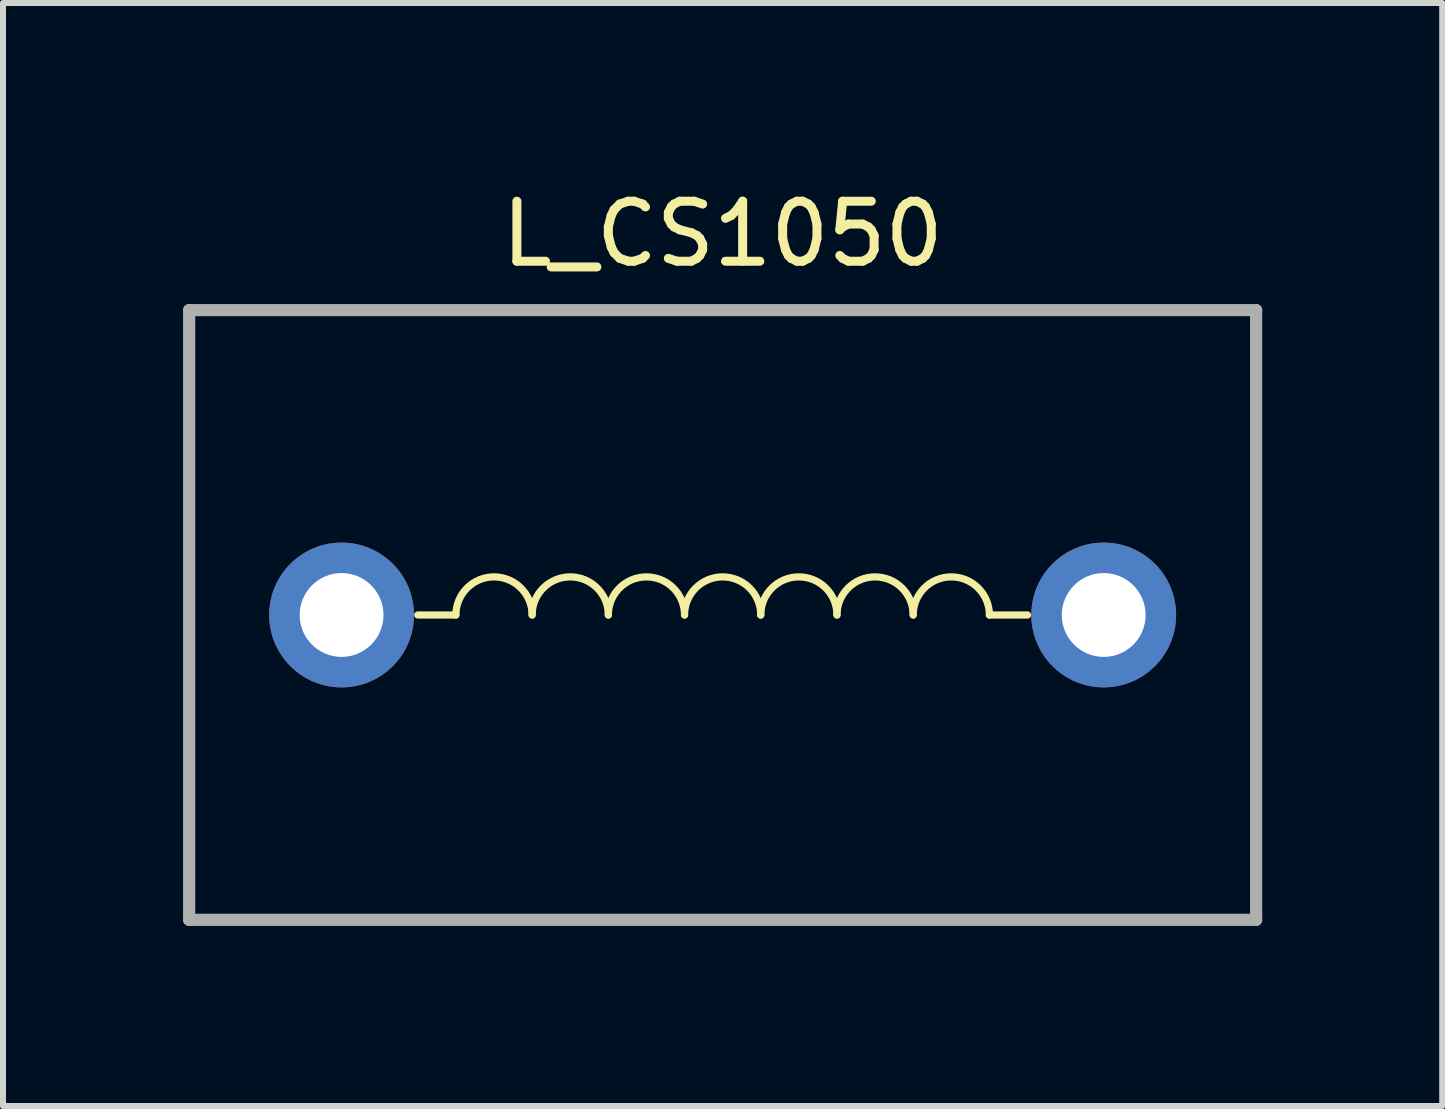
<source format=kicad_pcb>
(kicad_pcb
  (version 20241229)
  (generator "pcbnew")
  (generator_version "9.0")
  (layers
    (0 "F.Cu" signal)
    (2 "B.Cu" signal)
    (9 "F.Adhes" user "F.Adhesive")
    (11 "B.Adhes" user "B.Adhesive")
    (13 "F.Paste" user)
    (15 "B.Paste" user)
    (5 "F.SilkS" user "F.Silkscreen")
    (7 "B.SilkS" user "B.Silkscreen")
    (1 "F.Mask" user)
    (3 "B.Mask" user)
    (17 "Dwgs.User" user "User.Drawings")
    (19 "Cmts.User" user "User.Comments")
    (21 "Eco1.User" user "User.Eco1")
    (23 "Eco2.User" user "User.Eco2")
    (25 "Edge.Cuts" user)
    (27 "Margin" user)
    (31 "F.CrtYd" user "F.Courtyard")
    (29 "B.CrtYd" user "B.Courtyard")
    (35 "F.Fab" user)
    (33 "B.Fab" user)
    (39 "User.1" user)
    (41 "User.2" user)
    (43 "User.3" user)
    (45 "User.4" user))
  (footprint "L_CS1050"
    (layer "F.Cu")
    (at 8.992 7.198)
    (property "Reference" "L_CS1050" (at 0 -6.35 0) (layer "F.SilkS") (effects (font (size 1 1) (thickness 0.15))))
    (attr through_hole)
    (fp_line (start -5.08 0) (end -4.445 0) (stroke (width 0.12) (type solid)) (layer "F.SilkS"))
    (fp_line (start 4.445 0) (end 5.08 0) (stroke (width 0.12) (type solid)) (layer "F.SilkS"))
    (fp_arc (start -4.445 0) (mid -3.81 -0.635) (end -3.175 0) (stroke (width 0.12) (type solid)) (layer "F.SilkS"))
    (fp_arc (start -3.175 0) (mid -2.54 -0.635) (end -1.905 0) (stroke (width 0.12) (type solid)) (layer "F.SilkS"))
    (fp_arc (start -1.905 0) (mid -1.27 -0.635) (end -0.635 0) (stroke (width 0.12) (type solid)) (layer "F.SilkS"))
    (fp_arc (start -0.635 0) (mid 0 -0.635) (end 0.635 0) (stroke (width 0.12) (type solid)) (layer "F.SilkS"))
    (fp_arc (start 0.635 0) (mid 1.27 -0.635) (end 1.905 0) (stroke (width 0.12) (type solid)) (layer "F.SilkS"))
    (fp_arc (start 1.905 0) (mid 2.54 -0.635) (end 3.175 0) (stroke (width 0.12) (type solid)) (layer "F.SilkS"))
    (fp_arc (start 3.175 0) (mid 3.81 -0.635) (end 4.445 0) (stroke (width 0.12) (type solid)) (layer "F.SilkS"))
    (fp_line (start -8.89 -5.08) (end -8.89 5.08) (stroke (width 0.203) (type solid)) (layer "F.Fab"))
    (fp_line (start -8.89 -5.08) (end 8.89 -5.08) (stroke (width 0.203) (type solid)) (layer "F.Fab"))
    (fp_line (start 8.89 -5.08) (end 8.89 5.08) (stroke (width 0.203) (type solid)) (layer "F.Fab"))
    (fp_line (start 8.89 5.08) (end -8.89 5.08) (stroke (width 0.203) (type solid)) (layer "F.Fab"))
    (pad "1" thru_hole circle (at -6.35 0) (size 2.413 2.413) (drill 1.397) (layers "*.Cu" "*.Mask"))
    (pad "2" thru_hole circle (at 6.35 0) (size 2.413 2.413) (drill 1.397) (layers "*.Cu" "*.Mask")))
  (gr_rect
    (start -3 -3)
    (end 20.983 15.38)
    (stroke (width 0.1) (type default))
    (fill no)
    (layer "Edge.Cuts")))
</source>
